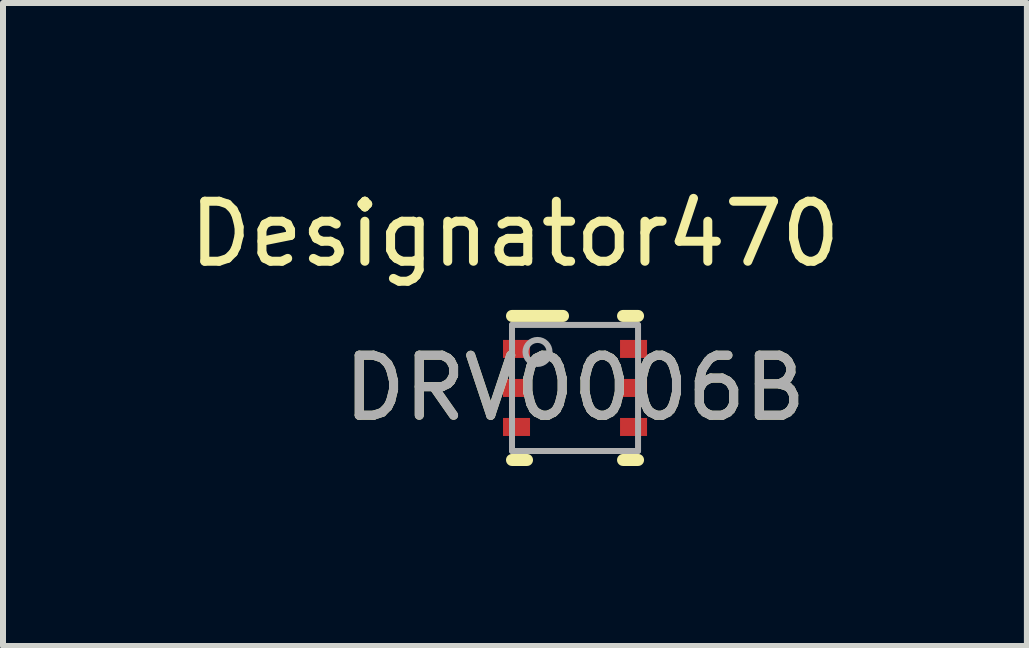
<source format=kicad_pcb>
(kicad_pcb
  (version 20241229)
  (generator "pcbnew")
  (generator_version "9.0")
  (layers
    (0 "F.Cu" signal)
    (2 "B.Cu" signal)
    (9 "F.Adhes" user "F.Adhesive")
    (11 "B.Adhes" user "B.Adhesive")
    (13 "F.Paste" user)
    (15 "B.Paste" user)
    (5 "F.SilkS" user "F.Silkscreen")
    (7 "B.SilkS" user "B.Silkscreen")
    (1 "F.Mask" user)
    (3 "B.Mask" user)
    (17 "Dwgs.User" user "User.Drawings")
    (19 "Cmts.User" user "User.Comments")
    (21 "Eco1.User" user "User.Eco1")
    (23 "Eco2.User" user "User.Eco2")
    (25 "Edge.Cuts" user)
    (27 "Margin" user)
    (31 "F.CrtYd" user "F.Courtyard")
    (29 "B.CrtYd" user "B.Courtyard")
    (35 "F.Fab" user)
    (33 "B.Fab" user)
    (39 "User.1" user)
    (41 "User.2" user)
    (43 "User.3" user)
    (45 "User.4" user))
  (footprint "DRV0006B"
    (layer "F.Cu")
    (at 6.531 3.414)
    (property "Reference" "DRV0006B" (at 0 0 0) (unlocked yes) (layer "F.SilkS") (effects (font (size 1 1) (thickness 0.15))))
    (attr smd)
    (fp_line (start -1.05 -1.2) (end -0.2 -1.2) (stroke (width 0.2) (type solid)) (layer "F.SilkS"))
    (fp_line (start -1.05 1.2) (end -0.8 1.2) (stroke (width 0.2) (type solid)) (layer "F.SilkS"))
    (fp_line (start 0.8 -1.2) (end 1.05 -1.2) (stroke (width 0.2) (type solid)) (layer "F.SilkS"))
    (fp_line (start 0.8 1.2) (end 1.05 1.2) (stroke (width 0.2) (type solid)) (layer "F.SilkS"))
    (fp_line (start -1.05 -1.05) (end 1.05 -1.05) (stroke (width 0.1) (type solid)) (layer "F.Fab"))
    (fp_line (start -1.05 1.05) (end -1.05 -1.05) (stroke (width 0.1) (type solid)) (layer "F.Fab"))
    (fp_line (start -1.05 1.05) (end 1.05 1.05) (stroke (width 0.1) (type solid)) (layer "F.Fab"))
    (fp_line (start 1.05 1.05) (end 1.05 -1.05) (stroke (width 0.1) (type solid)) (layer "F.Fab"))
    (fp_circle (center -0.625 -0.6) (end -0.425 -0.6) (stroke (width 0.1) (type solid)) (fill no) (layer "F.Fab"))
    (fp_text user "Designator470" (at -1.002 -2.566 0) (unlocked yes) (layer "F.SilkS") (effects (font (size 1 1) (thickness 0.15))))
    (fp_text user "${REFERENCE}" (at 0 0 0) (unlocked yes) (layer "F.Fab") (effects (font (size 1 1) (thickness 0.15))))
    (pad "1" smd rect (at -0.975 -0.65 90) (size 0.3 0.45) (layers "F.Cu" "F.Mask" "F.Paste"))
    (pad "2" smd rect (at -0.975 0 90) (size 0.3 0.45) (layers "F.Cu" "F.Mask" "F.Paste"))
    (pad "3" smd rect (at -0.975 0.65 90) (size 0.3 0.45) (layers "F.Cu" "F.Mask" "F.Paste"))
    (pad "4" smd rect (at 0.975 0.65 90) (size 0.3 0.45) (layers "F.Cu" "F.Mask" "F.Paste"))
    (pad "5" smd rect (at 0.975 0 90) (size 0.3 0.45) (layers "F.Cu" "F.Mask" "F.Paste"))
    (pad "6" smd rect (at 0.975 -0.65 90) (size 0.3 0.45) (layers "F.Cu" "F.Mask" "F.Paste")))
  (gr_rect
    (start -3 -3)
    (end 14.06 7.714)
    (stroke (width 0.1) (type default))
    (fill no)
    (layer "Edge.Cuts")))
</source>
